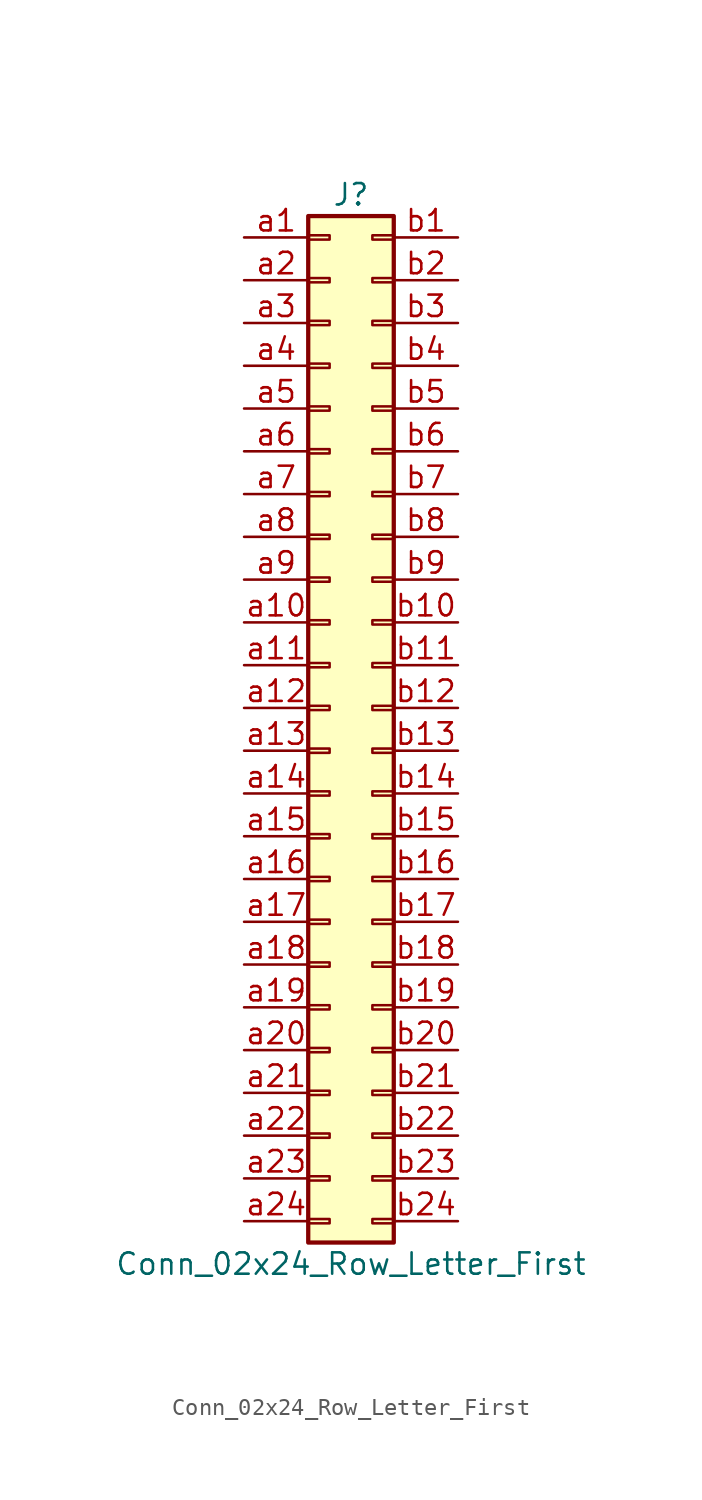
<source format=kicad_sym>
(kicad_symbol_lib
  (version 20201005)
  (generator kicad_symbol_editor)
  (symbol "Conn_02x24_Row_Letter_First"
    (pin_names
      (offset 1.016) hide)
    (property "Reference" "J"
      (at 1.27 30.48 0)
      (effects (font (size 1.27 1.27))))
    (property "Value" "Conn_02x24_Row_Letter_First"
      (at 1.27 -33.02 0)
      (effects (font (size 1.27 1.27))))
    (symbol "Conn_02x24_Row_Letter_First_1_1"
      (rectangle (start -1.27 -30.353) (end 0 -30.607) (stroke (width 0.152)) (fill (type none)))
      (rectangle (start -1.27 -27.813) (end 0 -28.067) (stroke (width 0.152)) (fill (type none)))
      (rectangle (start -1.27 -25.273) (end 0 -25.527) (stroke (width 0.152)) (fill (type none)))
      (rectangle (start -1.27 -22.733) (end 0 -22.987) (stroke (width 0.152)) (fill (type none)))
      (rectangle (start -1.27 -20.193) (end 0 -20.447) (stroke (width 0.152)) (fill (type none)))
      (rectangle (start -1.27 -17.653) (end 0 -17.907) (stroke (width 0.152)) (fill (type none)))
      (rectangle (start -1.27 -15.113) (end 0 -15.367) (stroke (width 0.152)) (fill (type none)))
      (rectangle (start -1.27 -12.573) (end 0 -12.827) (stroke (width 0.152)) (fill (type none)))
      (rectangle (start -1.27 -10.033) (end 0 -10.287) (stroke (width 0.152)) (fill (type none)))
      (rectangle (start -1.27 -7.493) (end 0 -7.747) (stroke (width 0.152)) (fill (type none)))
      (rectangle (start -1.27 -4.953) (end 0 -5.207) (stroke (width 0.152)) (fill (type none)))
      (rectangle (start -1.27 -2.413) (end 0 -2.667) (stroke (width 0.152)) (fill (type none)))
      (rectangle (start -1.27 0.127) (end 0 -0.127) (stroke (width 0.152)) (fill (type none)))
      (rectangle (start -1.27 2.667) (end 0 2.413) (stroke (width 0.152)) (fill (type none)))
      (rectangle (start -1.27 5.207) (end 0 4.953) (stroke (width 0.152)) (fill (type none)))
      (rectangle (start -1.27 7.747) (end 0 7.493) (stroke (width 0.152)) (fill (type none)))
      (rectangle (start -1.27 10.287) (end 0 10.033) (stroke (width 0.152)) (fill (type none)))
      (rectangle (start -1.27 12.827) (end 0 12.573) (stroke (width 0.152)) (fill (type none)))
      (rectangle (start -1.27 15.367) (end 0 15.113) (stroke (width 0.152)) (fill (type none)))
      (rectangle (start -1.27 17.907) (end 0 17.653) (stroke (width 0.152)) (fill (type none)))
      (rectangle (start -1.27 20.447) (end 0 20.193) (stroke (width 0.152)) (fill (type none)))
      (rectangle (start -1.27 22.987) (end 0 22.733) (stroke (width 0.152)) (fill (type none)))
      (rectangle (start -1.27 25.527) (end 0 25.273) (stroke (width 0.152)) (fill (type none)))
      (rectangle (start -1.27 28.067) (end 0 27.813) (stroke (width 0.152)) (fill (type none)))
      (rectangle (start -1.27 29.21) (end 3.81 -31.75) (stroke (width 0.254)) (fill (type background)))
      (rectangle (start 3.81 -30.353) (end 2.54 -30.607) (stroke (width 0.152)) (fill (type none)))
      (rectangle (start 3.81 -27.813) (end 2.54 -28.067) (stroke (width 0.152)) (fill (type none)))
      (rectangle (start 3.81 -25.273) (end 2.54 -25.527) (stroke (width 0.152)) (fill (type none)))
      (rectangle (start 3.81 -22.733) (end 2.54 -22.987) (stroke (width 0.152)) (fill (type none)))
      (rectangle (start 3.81 -20.193) (end 2.54 -20.447) (stroke (width 0.152)) (fill (type none)))
      (rectangle (start 3.81 -17.653) (end 2.54 -17.907) (stroke (width 0.152)) (fill (type none)))
      (rectangle (start 3.81 -15.113) (end 2.54 -15.367) (stroke (width 0.152)) (fill (type none)))
      (rectangle (start 3.81 -12.573) (end 2.54 -12.827) (stroke (width 0.152)) (fill (type none)))
      (rectangle (start 3.81 -10.033) (end 2.54 -10.287) (stroke (width 0.152)) (fill (type none)))
      (rectangle (start 3.81 -7.493) (end 2.54 -7.747) (stroke (width 0.152)) (fill (type none)))
      (rectangle (start 3.81 -4.953) (end 2.54 -5.207) (stroke (width 0.152)) (fill (type none)))
      (rectangle (start 3.81 -2.413) (end 2.54 -2.667) (stroke (width 0.152)) (fill (type none)))
      (rectangle (start 3.81 0.127) (end 2.54 -0.127) (stroke (width 0.152)) (fill (type none)))
      (rectangle (start 3.81 2.667) (end 2.54 2.413) (stroke (width 0.152)) (fill (type none)))
      (rectangle (start 3.81 5.207) (end 2.54 4.953) (stroke (width 0.152)) (fill (type none)))
      (rectangle (start 3.81 7.747) (end 2.54 7.493) (stroke (width 0.152)) (fill (type none)))
      (rectangle (start 3.81 10.287) (end 2.54 10.033) (stroke (width 0.152)) (fill (type none)))
      (rectangle (start 3.81 12.827) (end 2.54 12.573) (stroke (width 0.152)) (fill (type none)))
      (rectangle (start 3.81 15.367) (end 2.54 15.113) (stroke (width 0.152)) (fill (type none)))
      (rectangle (start 3.81 17.907) (end 2.54 17.653) (stroke (width 0.152)) (fill (type none)))
      (rectangle (start 3.81 20.447) (end 2.54 20.193) (stroke (width 0.152)) (fill (type none)))
      (rectangle (start 3.81 22.987) (end 2.54 22.733) (stroke (width 0.152)) (fill (type none)))
      (rectangle (start 3.81 25.527) (end 2.54 25.273) (stroke (width 0.152)) (fill (type none)))
      (rectangle (start 3.81 28.067) (end 2.54 27.813) (stroke (width 0.152)) (fill (type none)))
      (pin passive line (at -5.08 27.94 0) (length 3.81) (name "Pin_a1" (effects (font (size 1.27 1.27)))) (number "a1" (effects (font (size 1.27 1.27)))))
      (pin passive line (at -5.08 5.08 0) (length 3.81) (name "Pin_a10" (effects (font (size 1.27 1.27)))) (number "a10" (effects (font (size 1.27 1.27)))))
      (pin passive line (at -5.08 2.54 0) (length 3.81) (name "Pin_a11" (effects (font (size 1.27 1.27)))) (number "a11" (effects (font (size 1.27 1.27)))))
      (pin passive line (at -5.08 0 0) (length 3.81) (name "Pin_a12" (effects (font (size 1.27 1.27)))) (number "a12" (effects (font (size 1.27 1.27)))))
      (pin passive line (at -5.08 -2.54 0) (length 3.81) (name "Pin_a13" (effects (font (size 1.27 1.27)))) (number "a13" (effects (font (size 1.27 1.27)))))
      (pin passive line (at -5.08 -5.08 0) (length 3.81) (name "Pin_a14" (effects (font (size 1.27 1.27)))) (number "a14" (effects (font (size 1.27 1.27)))))
      (pin passive line (at -5.08 -7.62 0) (length 3.81) (name "Pin_a15" (effects (font (size 1.27 1.27)))) (number "a15" (effects (font (size 1.27 1.27)))))
      (pin passive line (at -5.08 -10.16 0) (length 3.81) (name "Pin_a16" (effects (font (size 1.27 1.27)))) (number "a16" (effects (font (size 1.27 1.27)))))
      (pin passive line (at -5.08 -12.7 0) (length 3.81) (name "Pin_a17" (effects (font (size 1.27 1.27)))) (number "a17" (effects (font (size 1.27 1.27)))))
      (pin passive line (at -5.08 -15.24 0) (length 3.81) (name "Pin_a18" (effects (font (size 1.27 1.27)))) (number "a18" (effects (font (size 1.27 1.27)))))
      (pin passive line (at -5.08 -17.78 0) (length 3.81) (name "Pin_a19" (effects (font (size 1.27 1.27)))) (number "a19" (effects (font (size 1.27 1.27)))))
      (pin passive line (at -5.08 25.4 0) (length 3.81) (name "Pin_a2" (effects (font (size 1.27 1.27)))) (number "a2" (effects (font (size 1.27 1.27)))))
      (pin passive line (at -5.08 -20.32 0) (length 3.81) (name "Pin_a20" (effects (font (size 1.27 1.27)))) (number "a20" (effects (font (size 1.27 1.27)))))
      (pin passive line (at -5.08 -22.86 0) (length 3.81) (name "Pin_a21" (effects (font (size 1.27 1.27)))) (number "a21" (effects (font (size 1.27 1.27)))))
      (pin passive line (at -5.08 -25.4 0) (length 3.81) (name "Pin_a22" (effects (font (size 1.27 1.27)))) (number "a22" (effects (font (size 1.27 1.27)))))
      (pin passive line (at -5.08 -27.94 0) (length 3.81) (name "Pin_a23" (effects (font (size 1.27 1.27)))) (number "a23" (effects (font (size 1.27 1.27)))))
      (pin passive line (at -5.08 -30.48 0) (length 3.81) (name "Pin_a24" (effects (font (size 1.27 1.27)))) (number "a24" (effects (font (size 1.27 1.27)))))
      (pin passive line (at -5.08 22.86 0) (length 3.81) (name "Pin_a3" (effects (font (size 1.27 1.27)))) (number "a3" (effects (font (size 1.27 1.27)))))
      (pin passive line (at -5.08 20.32 0) (length 3.81) (name "Pin_a4" (effects (font (size 1.27 1.27)))) (number "a4" (effects (font (size 1.27 1.27)))))
      (pin passive line (at -5.08 17.78 0) (length 3.81) (name "Pin_a5" (effects (font (size 1.27 1.27)))) (number "a5" (effects (font (size 1.27 1.27)))))
      (pin passive line (at -5.08 15.24 0) (length 3.81) (name "Pin_a6" (effects (font (size 1.27 1.27)))) (number "a6" (effects (font (size 1.27 1.27)))))
      (pin passive line (at -5.08 12.7 0) (length 3.81) (name "Pin_a7" (effects (font (size 1.27 1.27)))) (number "a7" (effects (font (size 1.27 1.27)))))
      (pin passive line (at -5.08 10.16 0) (length 3.81) (name "Pin_a8" (effects (font (size 1.27 1.27)))) (number "a8" (effects (font (size 1.27 1.27)))))
      (pin passive line (at -5.08 7.62 0) (length 3.81) (name "Pin_a9" (effects (font (size 1.27 1.27)))) (number "a9" (effects (font (size 1.27 1.27)))))
      (pin passive line (at 7.62 27.94 180) (length 3.81) (name "Pin_b1" (effects (font (size 1.27 1.27)))) (number "b1" (effects (font (size 1.27 1.27)))))
      (pin passive line (at 7.62 5.08 180) (length 3.81) (name "Pin_b10" (effects (font (size 1.27 1.27)))) (number "b10" (effects (font (size 1.27 1.27)))))
      (pin passive line (at 7.62 2.54 180) (length 3.81) (name "Pin_b11" (effects (font (size 1.27 1.27)))) (number "b11" (effects (font (size 1.27 1.27)))))
      (pin passive line (at 7.62 0 180) (length 3.81) (name "Pin_b12" (effects (font (size 1.27 1.27)))) (number "b12" (effects (font (size 1.27 1.27)))))
      (pin passive line (at 7.62 -2.54 180) (length 3.81) (name "Pin_b13" (effects (font (size 1.27 1.27)))) (number "b13" (effects (font (size 1.27 1.27)))))
      (pin passive line (at 7.62 -5.08 180) (length 3.81) (name "Pin_b14" (effects (font (size 1.27 1.27)))) (number "b14" (effects (font (size 1.27 1.27)))))
      (pin passive line (at 7.62 -7.62 180) (length 3.81) (name "Pin_b15" (effects (font (size 1.27 1.27)))) (number "b15" (effects (font (size 1.27 1.27)))))
      (pin passive line (at 7.62 -10.16 180) (length 3.81) (name "Pin_b16" (effects (font (size 1.27 1.27)))) (number "b16" (effects (font (size 1.27 1.27)))))
      (pin passive line (at 7.62 -12.7 180) (length 3.81) (name "Pin_b17" (effects (font (size 1.27 1.27)))) (number "b17" (effects (font (size 1.27 1.27)))))
      (pin passive line (at 7.62 -15.24 180) (length 3.81) (name "Pin_b18" (effects (font (size 1.27 1.27)))) (number "b18" (effects (font (size 1.27 1.27)))))
      (pin passive line (at 7.62 -17.78 180) (length 3.81) (name "Pin_b19" (effects (font (size 1.27 1.27)))) (number "b19" (effects (font (size 1.27 1.27)))))
      (pin passive line (at 7.62 25.4 180) (length 3.81) (name "Pin_b2" (effects (font (size 1.27 1.27)))) (number "b2" (effects (font (size 1.27 1.27)))))
      (pin passive line (at 7.62 -20.32 180) (length 3.81) (name "Pin_b20" (effects (font (size 1.27 1.27)))) (number "b20" (effects (font (size 1.27 1.27)))))
      (pin passive line (at 7.62 -22.86 180) (length 3.81) (name "Pin_b21" (effects (font (size 1.27 1.27)))) (number "b21" (effects (font (size 1.27 1.27)))))
      (pin passive line (at 7.62 -25.4 180) (length 3.81) (name "Pin_b22" (effects (font (size 1.27 1.27)))) (number "b22" (effects (font (size 1.27 1.27)))))
      (pin passive line (at 7.62 -27.94 180) (length 3.81) (name "Pin_b23" (effects (font (size 1.27 1.27)))) (number "b23" (effects (font (size 1.27 1.27)))))
      (pin passive line (at 7.62 -30.48 180) (length 3.81) (name "Pin_b24" (effects (font (size 1.27 1.27)))) (number "b24" (effects (font (size 1.27 1.27)))))
      (pin passive line (at 7.62 22.86 180) (length 3.81) (name "Pin_b3" (effects (font (size 1.27 1.27)))) (number "b3" (effects (font (size 1.27 1.27)))))
      (pin passive line (at 7.62 20.32 180) (length 3.81) (name "Pin_b4" (effects (font (size 1.27 1.27)))) (number "b4" (effects (font (size 1.27 1.27)))))
      (pin passive line (at 7.62 17.78 180) (length 3.81) (name "Pin_b5" (effects (font (size 1.27 1.27)))) (number "b5" (effects (font (size 1.27 1.27)))))
      (pin passive line (at 7.62 15.24 180) (length 3.81) (name "Pin_b6" (effects (font (size 1.27 1.27)))) (number "b6" (effects (font (size 1.27 1.27)))))
      (pin passive line (at 7.62 12.7 180) (length 3.81) (name "Pin_b7" (effects (font (size 1.27 1.27)))) (number "b7" (effects (font (size 1.27 1.27)))))
      (pin passive line (at 7.62 10.16 180) (length 3.81) (name "Pin_b8" (effects (font (size 1.27 1.27)))) (number "b8" (effects (font (size 1.27 1.27)))))
      (pin passive line (at 7.62 7.62 180) (length 3.81) (name "Pin_b9" (effects (font (size 1.27 1.27)))) (number "b9" (effects (font (size 1.27 1.27))))))))
</source>
